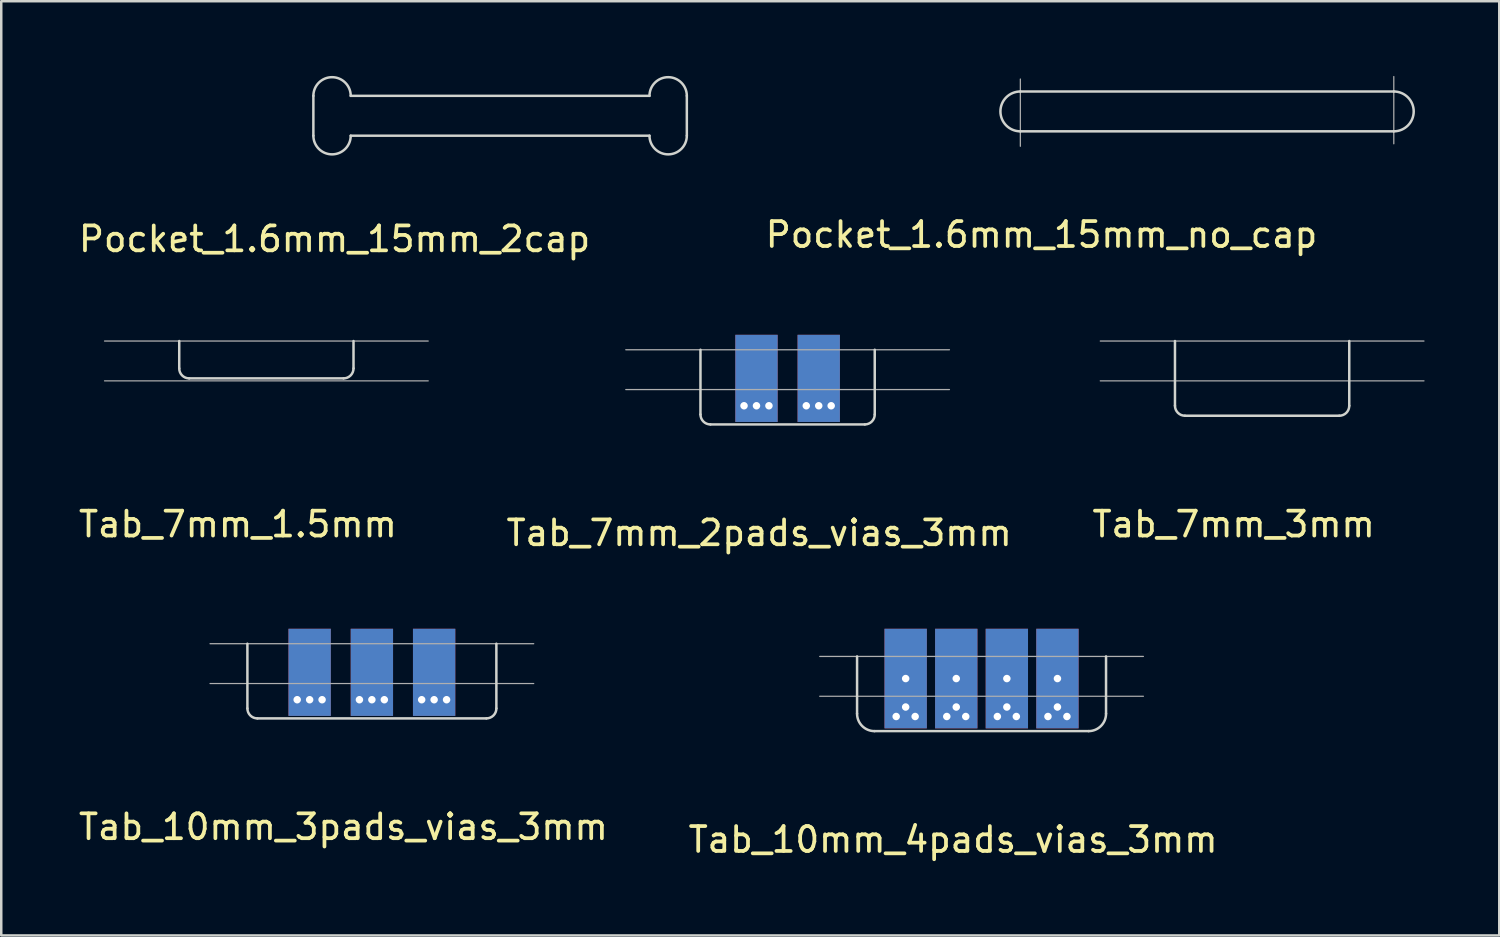
<source format=kicad_pcb>
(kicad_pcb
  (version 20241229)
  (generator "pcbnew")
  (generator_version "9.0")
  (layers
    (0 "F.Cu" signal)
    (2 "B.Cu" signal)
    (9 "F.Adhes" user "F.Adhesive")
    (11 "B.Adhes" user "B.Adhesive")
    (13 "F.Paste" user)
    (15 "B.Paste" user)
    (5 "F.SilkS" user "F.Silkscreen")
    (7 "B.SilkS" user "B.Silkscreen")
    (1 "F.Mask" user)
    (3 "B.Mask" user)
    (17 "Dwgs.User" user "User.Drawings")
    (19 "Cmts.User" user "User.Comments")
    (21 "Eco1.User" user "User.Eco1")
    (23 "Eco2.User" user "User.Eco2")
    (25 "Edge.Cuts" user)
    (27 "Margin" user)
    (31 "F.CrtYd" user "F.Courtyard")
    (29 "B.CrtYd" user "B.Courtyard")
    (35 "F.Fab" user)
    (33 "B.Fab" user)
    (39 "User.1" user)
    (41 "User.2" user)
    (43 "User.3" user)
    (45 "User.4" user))
  (footprint "Pocket_1.6mm_15mm_2cap"
    (layer "F.Cu")
    (at 17.037 1.6)
    (property "Reference" "Pocket_1.6mm_15mm_2cap" (at -6.65 4.95 0) (layer "F.SilkS") (effects (font (size 1 1) (thickness 0.15))))
    (attr through_hole)
    (fp_line (start -7.5 -0.8) (end -7.5 0.8) (stroke (width 0.1) (type solid)) (layer "Edge.Cuts"))
    (fp_line (start -6 -0.8) (end 6 -0.8) (stroke (width 0.1) (type solid)) (layer "Edge.Cuts"))
    (fp_line (start -6 0.8) (end 6 0.8) (stroke (width 0.1) (type solid)) (layer "Edge.Cuts"))
    (fp_line (start 7.5 -0.8) (end 7.5 0.8) (stroke (width 0.1) (type solid)) (layer "Edge.Cuts"))
    (fp_arc (start -7.5 -0.8) (mid -6.75 -1.55) (end -6 -0.8) (stroke (width 0.1) (type solid)) (layer "Edge.Cuts"))
    (fp_arc (start -6 0.8) (mid -6.75 1.55) (end -7.5 0.8) (stroke (width 0.1) (type solid)) (layer "Edge.Cuts"))
    (fp_arc (start 6 -0.8) (mid 6.75 -1.55) (end 7.5 -0.8) (stroke (width 0.1) (type solid)) (layer "Edge.Cuts"))
    (fp_arc (start 7.5 0.8) (mid 6.75 1.55) (end 6 0.8) (stroke (width 0.1) (type solid)) (layer "Edge.Cuts")))
  (footprint "Tab_7mm_3mm"
    (layer "F.Cu")
    (at 47.644 10.648)
    (property "Reference" "Tab_7mm_3mm" (at -1.143 7.358 0) (layer "F.SilkS") (effects (font (size 1 1) (thickness 0.15))))
    (attr through_hole)
    (fp_line (start -3.5 2.6) (end -3.5 0) (stroke (width 0.1) (type solid)) (layer "Edge.Cuts"))
    (fp_line (start -3.1 3) (end 3.1 3) (stroke (width 0.1) (type solid)) (layer "Edge.Cuts"))
    (fp_line (start 3.5 2.6) (end 3.5 0) (stroke (width 0.1) (type solid)) (layer "Edge.Cuts"))
    (fp_arc (start -3.1 3) (mid -3.382843 2.882843) (end -3.5 2.6) (stroke (width 0.1) (type solid)) (layer "Edge.Cuts"))
    (fp_arc (start 3.5 2.6) (mid 3.382843 2.882843) (end 3.1 3) (stroke (width 0.1) (type solid)) (layer "Edge.Cuts"))
    (fp_line (start -6.5 0) (end 6.5 0) (stroke (width 0.05) (type solid)) (layer "F.Fab"))
    (fp_line (start -6.5 1.6) (end 6.5 1.6) (stroke (width 0.05) (type solid)) (layer "F.Fab")))
  (footprint "Pocket_1.6mm_15mm_no_cap"
    (layer "F.Cu")
    (at 45.433 1.425)
    (property "Reference" "Pocket_1.6mm_15mm_no_cap" (at -6.65 4.95 0) (layer "F.SilkS") (effects (font (size 1 1) (thickness 0.15))))
    (attr through_hole)
    (fp_line (start -7.5 -0.8) (end 7.5 -0.8) (stroke (width 0.1) (type solid)) (layer "Edge.Cuts"))
    (fp_line (start -7.5 0.8) (end 7.5 0.8) (stroke (width 0.1) (type solid)) (layer "Edge.Cuts"))
    (fp_arc (start -7.5 0.8) (mid -8.3 0) (end -7.5 -0.8) (stroke (width 0.1) (type solid)) (layer "Edge.Cuts"))
    (fp_arc (start 7.5 -0.8) (mid 8.3 0) (end 7.5 0.8) (stroke (width 0.1) (type solid)) (layer "Edge.Cuts"))
    (fp_line (start -7.5 -1.3) (end -7.5 1.4) (stroke (width 0.05) (type solid)) (layer "F.Fab"))
    (fp_line (start 7.5 -1.4) (end 7.5 1.3) (stroke (width 0.05) (type solid)) (layer "F.Fab")))
  (footprint "Tab_7mm_1.5mm"
    (layer "F.Cu")
    (at 7.649 10.648)
    (property "Reference" "Tab_7mm_1.5mm" (at -1.143 7.358 0) (layer "F.SilkS") (effects (font (size 1 1) (thickness 0.15))))
    (attr through_hole)
    (fp_line (start -3.5 1.1) (end -3.5 0) (stroke (width 0.1) (type solid)) (layer "Edge.Cuts"))
    (fp_line (start -3.1 1.5) (end 3.1 1.5) (stroke (width 0.1) (type solid)) (layer "Edge.Cuts"))
    (fp_line (start 3.5 1.1) (end 3.5 0) (stroke (width 0.1) (type solid)) (layer "Edge.Cuts"))
    (fp_arc (start -3.1 1.5) (mid -3.382843 1.382843) (end -3.5 1.1) (stroke (width 0.1) (type solid)) (layer "Edge.Cuts"))
    (fp_arc (start 3.5 1.1) (mid 3.382843 1.382843) (end 3.1 1.5) (stroke (width 0.1) (type solid)) (layer "Edge.Cuts"))
    (fp_line (start -6.5 0) (end 6.5 0) (stroke (width 0.05) (type solid)) (layer "F.Fab"))
    (fp_line (start -6.5 1.6) (end 6.5 1.6) (stroke (width 0.05) (type solid)) (layer "F.Fab")))
  (footprint "Tab_7mm_2pads_vias_3mm"
    (layer "F.Cu")
    (at 28.585 10.998)
    (property "Reference" "Tab_7mm_2pads_vias_3mm" (at -1.143 7.358 0) (layer "F.SilkS") (effects (font (size 1 1) (thickness 0.15))))
    (attr through_hole)
    (fp_line (start -3.5 2.6) (end -3.5 0) (stroke (width 0.1) (type solid)) (layer "Edge.Cuts"))
    (fp_line (start -3.1 3) (end 3.1 3) (stroke (width 0.1) (type solid)) (layer "Edge.Cuts"))
    (fp_line (start 3.5 2.6) (end 3.5 0) (stroke (width 0.1) (type solid)) (layer "Edge.Cuts"))
    (fp_arc (start -3.1 3) (mid -3.382843 2.882843) (end -3.5 2.6) (stroke (width 0.1) (type solid)) (layer "Edge.Cuts"))
    (fp_arc (start 3.5 2.6) (mid 3.382843 2.882843) (end 3.1 3) (stroke (width 0.1) (type solid)) (layer "Edge.Cuts"))
    (fp_line (start -6.5 0) (end 6.5 0) (stroke (width 0.05) (type solid)) (layer "F.Fab"))
    (fp_line (start -6.5 1.6) (end 6.5 1.6) (stroke (width 0.05) (type solid)) (layer "F.Fab"))
    (pad "1" thru_hole circle (at -1.75 2.25) (size 0.3 0.3) (drill 0.3) (layers "*.Cu" "*.Mask"))
    (pad "1" thru_hole rect (at -1.25 2.25) (size 1.7 3.5) (drill 0.3 (offset 0 -1.1)) (layers "*.Cu" "*.Mask"))
    (pad "1" thru_hole circle (at -0.75 2.25) (size 0.3 0.3) (drill 0.3) (layers "*.Cu" "*.Mask"))
    (pad "2" thru_hole circle (at 0.75 2.25) (size 0.3 0.3) (drill 0.3) (layers "*.Cu" "*.Mask"))
    (pad "2" thru_hole rect (at 1.25 2.25) (size 1.7 3.5) (drill 0.3 (offset 0 -1.1)) (layers "*.Cu" "*.Mask"))
    (pad "2" thru_hole circle (at 1.75 2.25) (size 0.3 0.3) (drill 0.3) (layers "*.Cu" "*.Mask")))
  (footprint "Tab_10mm_4pads_vias_3mm"
    (layer "F.Cu")
    (at 36.375 23.316)
    (property "Reference" "Tab_10mm_4pads_vias_3mm" (at -1.143 7.358 0) (layer "F.SilkS") (effects (font (size 1 1) (thickness 0.15))))
    (attr through_hole)
    (fp_line (start -5 2.3) (end -5 0) (stroke (width 0.1) (type solid)) (layer "Edge.Cuts"))
    (fp_line (start -4.3 3) (end 4.3 3) (stroke (width 0.1) (type solid)) (layer "Edge.Cuts"))
    (fp_line (start 5 2.3) (end 5 0) (stroke (width 0.1) (type solid)) (layer "Edge.Cuts"))
    (fp_arc (start -4.3 3) (mid -4.794975 2.794975) (end -5 2.3) (stroke (width 0.1) (type solid)) (layer "Edge.Cuts"))
    (fp_arc (start 5 2.3) (mid 4.794975 2.794975) (end 4.3 3) (stroke (width 0.1) (type solid)) (layer "Edge.Cuts"))
    (fp_line (start -6.5 0) (end 6.5 0) (stroke (width 0.05) (type solid)) (layer "F.Fab"))
    (fp_line (start -6.5 1.6) (end 6.5 1.6) (stroke (width 0.05) (type solid)) (layer "F.Fab"))
    (pad "1" thru_hole circle (at -3.429 2.413) (size 0.3 0.3) (drill 0.3) (layers "*.Cu" "*.Mask"))
    (pad "1" thru_hole rect (at -3.048 0.889) (size 1.7 4) (drill 0.3) (layers "*.Cu" "*.Mask"))
    (pad "1" thru_hole circle (at -3.048 2.032) (size 0.3 0.3) (drill 0.3) (layers "*.Cu" "*.Mask"))
    (pad "1" thru_hole circle (at -2.667 2.413) (size 0.3 0.3) (drill 0.3) (layers "*.Cu" "*.Mask"))
    (pad "2" thru_hole circle (at -1.397 2.413) (size 0.3 0.3) (drill 0.3) (layers "*.Cu" "*.Mask"))
    (pad "2" thru_hole rect (at -1.016 0.889) (size 1.7 4) (drill 0.3) (layers "*.Cu" "*.Mask"))
    (pad "2" thru_hole circle (at -1.016 2.032) (size 0.3 0.3) (drill 0.3) (layers "*.Cu" "*.Mask"))
    (pad "2" thru_hole circle (at -0.635 2.413) (size 0.3 0.3) (drill 0.3) (layers "*.Cu" "*.Mask"))
    (pad "3" thru_hole circle (at 0.635 2.413) (size 0.3 0.3) (drill 0.3) (layers "*.Cu" "*.Mask"))
    (pad "3" thru_hole rect (at 1.016 0.889) (size 1.7 4) (drill 0.3) (layers "*.Cu" "*.Mask"))
    (pad "3" thru_hole circle (at 1.016 2.032) (size 0.3 0.3) (drill 0.3) (layers "*.Cu" "*.Mask"))
    (pad "3" thru_hole circle (at 1.397 2.413) (size 0.3 0.3) (drill 0.3) (layers "*.Cu" "*.Mask"))
    (pad "4" thru_hole circle (at 2.667 2.413) (size 0.3 0.3) (drill 0.3) (layers "*.Cu" "*.Mask"))
    (pad "4" thru_hole rect (at 3.048 0.889) (size 1.7 4) (drill 0.3) (layers "*.Cu" "*.Mask"))
    (pad "4" thru_hole circle (at 3.048 2.032) (size 0.3 0.3) (drill 0.3) (layers "*.Cu" "*.Mask"))
    (pad "4" thru_hole circle (at 3.429 2.413) (size 0.3 0.3) (drill 0.3) (layers "*.Cu" "*.Mask")))
  (footprint "Tab_10mm_3pads_vias_3mm"
    (layer "F.Cu")
    (at 11.887 22.805)
    (property "Reference" "Tab_10mm_3pads_vias_3mm" (at -1.143 7.358 0) (layer "F.SilkS") (effects (font (size 1 1) (thickness 0.15))))
    (attr through_hole)
    (fp_line (start -5 2.6) (end -5 0) (stroke (width 0.1) (type solid)) (layer "Edge.Cuts"))
    (fp_line (start -4.6 3) (end 4.6 3) (stroke (width 0.1) (type solid)) (layer "Edge.Cuts"))
    (fp_line (start 5 2.6) (end 5 0) (stroke (width 0.1) (type solid)) (layer "Edge.Cuts"))
    (fp_arc (start -4.6 3) (mid -4.882843 2.882843) (end -5 2.6) (stroke (width 0.1) (type solid)) (layer "Edge.Cuts"))
    (fp_arc (start 5 2.6) (mid 4.882843 2.882843) (end 4.6 3) (stroke (width 0.1) (type solid)) (layer "Edge.Cuts"))
    (fp_line (start -6.5 0) (end 6.5 0) (stroke (width 0.05) (type solid)) (layer "F.Fab"))
    (fp_line (start -6.5 1.6) (end 6.5 1.6) (stroke (width 0.05) (type solid)) (layer "F.Fab"))
    (pad "1" thru_hole circle (at -3 2.25) (size 0.3 0.3) (drill 0.3) (layers "*.Cu" "*.Mask"))
    (pad "1" thru_hole rect (at -2.5 2.25) (size 1.7 3.5) (drill 0.3 (offset 0 -1.1)) (layers "*.Cu" "*.Mask"))
    (pad "1" thru_hole circle (at -2 2.25) (size 0.3 0.3) (drill 0.3) (layers "*.Cu" "*.Mask"))
    (pad "2" thru_hole circle (at -0.5 2.25) (size 0.3 0.3) (drill 0.3) (layers "*.Cu" "*.Mask"))
    (pad "2" thru_hole rect (at 0 2.25) (size 1.7 3.5) (drill 0.3 (offset 0 -1.1)) (layers "*.Cu" "*.Mask"))
    (pad "2" thru_hole circle (at 0.5 2.25) (size 0.3 0.3) (drill 0.3) (layers "*.Cu" "*.Mask"))
    (pad "3" thru_hole circle (at 2 2.25) (size 0.3 0.3) (drill 0.3) (layers "*.Cu" "*.Mask"))
    (pad "3" thru_hole rect (at 2.5 2.25) (size 1.7 3.5) (drill 0.3 (offset 0 -1.1)) (layers "*.Cu" "*.Mask"))
    (pad "3" thru_hole circle (at 3 2.25) (size 0.3 0.3) (drill 0.3) (layers "*.Cu" "*.Mask")))
  (gr_rect
    (start -3 -3)
    (end 57.169 34.522)
    (stroke (width 0.1) (type default))
    (fill no)
    (layer "Edge.Cuts")))
</source>
